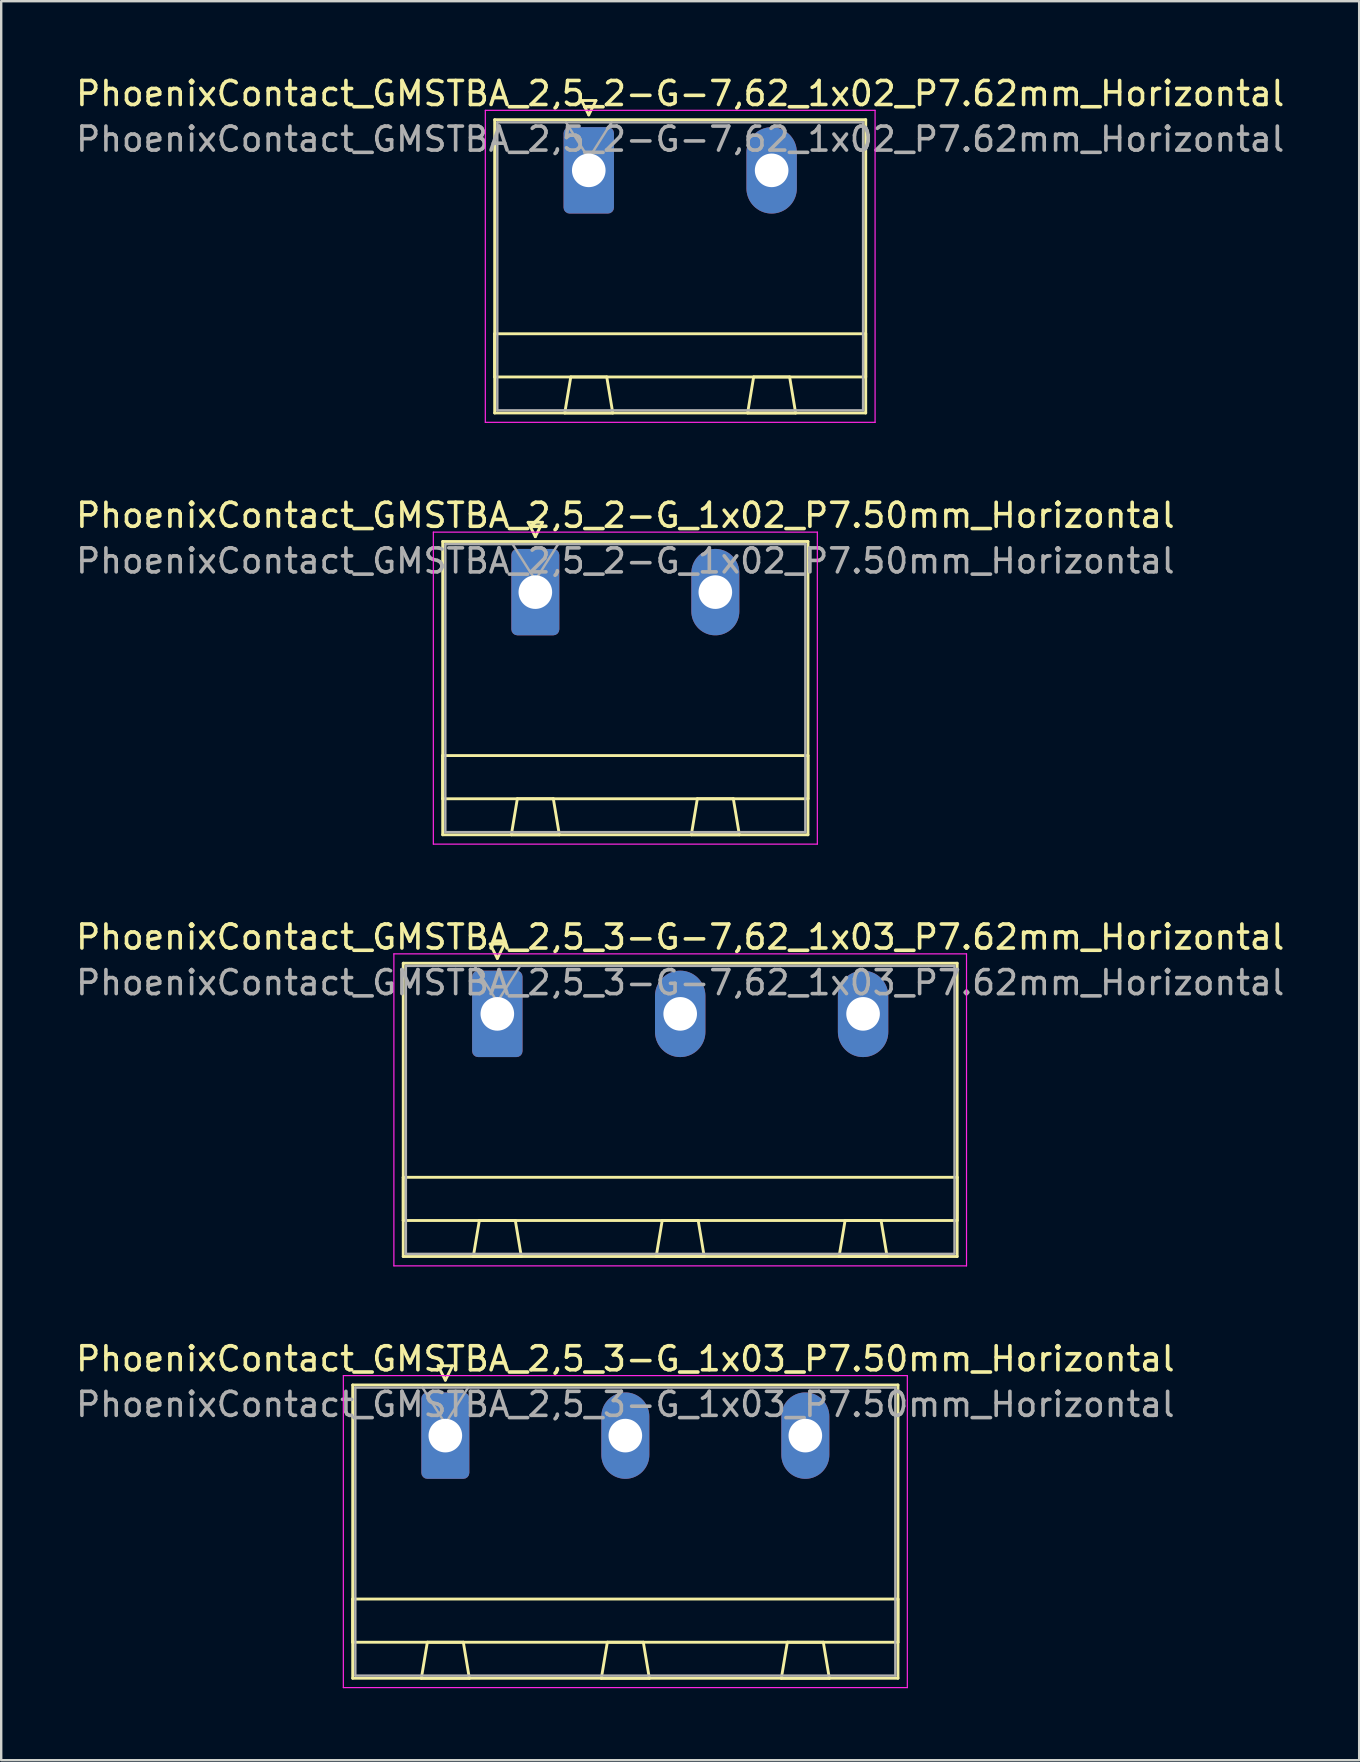
<source format=kicad_pcb>
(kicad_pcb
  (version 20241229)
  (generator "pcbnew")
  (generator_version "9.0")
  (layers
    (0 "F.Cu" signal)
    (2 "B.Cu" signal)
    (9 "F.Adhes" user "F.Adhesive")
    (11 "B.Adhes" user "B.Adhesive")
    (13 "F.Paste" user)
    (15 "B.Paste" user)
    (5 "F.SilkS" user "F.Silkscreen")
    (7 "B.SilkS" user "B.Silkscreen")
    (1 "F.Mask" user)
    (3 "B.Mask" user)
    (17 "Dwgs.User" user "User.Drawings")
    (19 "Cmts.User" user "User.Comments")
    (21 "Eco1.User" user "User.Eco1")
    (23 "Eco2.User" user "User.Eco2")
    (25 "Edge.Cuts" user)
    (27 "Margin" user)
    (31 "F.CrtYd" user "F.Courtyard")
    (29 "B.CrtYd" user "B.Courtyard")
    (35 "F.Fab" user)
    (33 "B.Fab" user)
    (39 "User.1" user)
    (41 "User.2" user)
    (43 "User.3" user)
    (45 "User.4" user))
  (footprint "PhoenixContact_GMSTBA_2,5_3-G_1x03_P7.50mm_Horizontal"
    (layer "F.Cu")
    (at 15.506 56.768)
    (property "Reference" "PhoenixContact_GMSTBA_2,5_3-G_1x03_P7.50mm_Horizontal" (at 7.5 -3.2 0) (layer "F.SilkS") (effects (font (size 1 1) (thickness 0.15))))
    (attr through_hole)
    (fp_line (start -3.86 -2.11) (end -3.86 10.11) (stroke (width 0.12) (type solid)) (layer "F.SilkS"))
    (fp_line (start -3.86 6.81) (end 18.86 6.81) (stroke (width 0.12) (type solid)) (layer "F.SilkS"))
    (fp_line (start -3.86 8.61) (end -3.86 6.81) (stroke (width 0.12) (type solid)) (layer "F.SilkS"))
    (fp_line (start -3.86 10.11) (end 18.86 10.11) (stroke (width 0.12) (type solid)) (layer "F.SilkS"))
    (fp_line (start -1 10.11) (end 1 10.11) (stroke (width 0.12) (type solid)) (layer "F.SilkS"))
    (fp_line (start -0.75 8.61) (end -1 10.11) (stroke (width 0.12) (type solid)) (layer "F.SilkS"))
    (fp_line (start -0.3 -2.91) (end 0.3 -2.91) (stroke (width 0.12) (type solid)) (layer "F.SilkS"))
    (fp_line (start 0 -2.31) (end -0.3 -2.91) (stroke (width 0.12) (type solid)) (layer "F.SilkS"))
    (fp_line (start 0.3 -2.91) (end 0 -2.31) (stroke (width 0.12) (type solid)) (layer "F.SilkS"))
    (fp_line (start 0.75 8.61) (end -0.75 8.61) (stroke (width 0.12) (type solid)) (layer "F.SilkS"))
    (fp_line (start 1 10.11) (end 0.75 8.61) (stroke (width 0.12) (type solid)) (layer "F.SilkS"))
    (fp_line (start 6.5 10.11) (end 8.5 10.11) (stroke (width 0.12) (type solid)) (layer "F.SilkS"))
    (fp_line (start 6.75 8.61) (end 6.5 10.11) (stroke (width 0.12) (type solid)) (layer "F.SilkS"))
    (fp_line (start 8.25 8.61) (end 6.75 8.61) (stroke (width 0.12) (type solid)) (layer "F.SilkS"))
    (fp_line (start 8.5 10.11) (end 8.25 8.61) (stroke (width 0.12) (type solid)) (layer "F.SilkS"))
    (fp_line (start 14 10.11) (end 16 10.11) (stroke (width 0.12) (type solid)) (layer "F.SilkS"))
    (fp_line (start 14.25 8.61) (end 14 10.11) (stroke (width 0.12) (type solid)) (layer "F.SilkS"))
    (fp_line (start 15.75 8.61) (end 14.25 8.61) (stroke (width 0.12) (type solid)) (layer "F.SilkS"))
    (fp_line (start 16 10.11) (end 15.75 8.61) (stroke (width 0.12) (type solid)) (layer "F.SilkS"))
    (fp_line (start 18.86 -2.11) (end -3.86 -2.11) (stroke (width 0.12) (type solid)) (layer "F.SilkS"))
    (fp_line (start 18.86 6.81) (end 18.86 8.61) (stroke (width 0.12) (type solid)) (layer "F.SilkS"))
    (fp_line (start 18.86 8.61) (end -3.86 8.61) (stroke (width 0.12) (type solid)) (layer "F.SilkS"))
    (fp_line (start 18.86 10.11) (end 18.86 -2.11) (stroke (width 0.12) (type solid)) (layer "F.SilkS"))
    (fp_line (start -4.25 -2.5) (end -4.25 10.5) (stroke (width 0.05) (type solid)) (layer "F.CrtYd"))
    (fp_line (start -4.25 10.5) (end 19.25 10.5) (stroke (width 0.05) (type solid)) (layer "F.CrtYd"))
    (fp_line (start 19.25 -2.5) (end -4.25 -2.5) (stroke (width 0.05) (type solid)) (layer "F.CrtYd"))
    (fp_line (start 19.25 10.5) (end 19.25 -2.5) (stroke (width 0.05) (type solid)) (layer "F.CrtYd"))
    (fp_line (start -3.75 -2) (end -3.75 10) (stroke (width 0.1) (type solid)) (layer "F.Fab"))
    (fp_line (start -3.75 10) (end 18.75 10) (stroke (width 0.1) (type solid)) (layer "F.Fab"))
    (fp_line (start 0 -0.5) (end -0.95 -2) (stroke (width 0.1) (type solid)) (layer "F.Fab"))
    (fp_line (start 0.95 -2) (end 0 -0.5) (stroke (width 0.1) (type solid)) (layer "F.Fab"))
    (fp_line (start 18.75 -2) (end -3.75 -2) (stroke (width 0.1) (type solid)) (layer "F.Fab"))
    (fp_line (start 18.75 10) (end 18.75 -2) (stroke (width 0.1) (type solid)) (layer "F.Fab"))
    (fp_text user "${REFERENCE}" (at 7.5 -1.3 0) (layer "F.Fab") (effects (font (size 1 1) (thickness 0.15))))
    (pad "1" thru_hole roundrect (at 0 0) (size 2 3.6) (drill 1.4) (layers "*.Cu" "*.Mask") (roundrect_rratio 0.125))
    (pad "2" thru_hole oval (at 7.5 0) (size 2 3.6) (drill 1.4) (layers "*.Cu" "*.Mask"))
    (pad "3" thru_hole oval (at 15 0) (size 2 3.6) (drill 1.4) (layers "*.Cu" "*.Mask")))
  (footprint "PhoenixContact_GMSTBA_2,5_2-G-7,62_1x02_P7.62mm_Horizontal"
    (layer "F.Cu")
    (at 21.482 4.048)
    (property "Reference" "PhoenixContact_GMSTBA_2,5_2-G-7,62_1x02_P7.62mm_Horizontal" (at 3.81 -3.2 0) (layer "F.SilkS") (effects (font (size 1 1) (thickness 0.15))))
    (attr through_hole)
    (fp_line (start -3.92 -2.11) (end -3.92 10.11) (stroke (width 0.12) (type solid)) (layer "F.SilkS"))
    (fp_line (start -3.92 6.81) (end 11.54 6.81) (stroke (width 0.12) (type solid)) (layer "F.SilkS"))
    (fp_line (start -3.92 8.61) (end -3.92 6.81) (stroke (width 0.12) (type solid)) (layer "F.SilkS"))
    (fp_line (start -3.92 10.11) (end 11.54 10.11) (stroke (width 0.12) (type solid)) (layer "F.SilkS"))
    (fp_line (start -1 10.11) (end 1 10.11) (stroke (width 0.12) (type solid)) (layer "F.SilkS"))
    (fp_line (start -0.75 8.61) (end -1 10.11) (stroke (width 0.12) (type solid)) (layer "F.SilkS"))
    (fp_line (start -0.3 -2.91) (end 0.3 -2.91) (stroke (width 0.12) (type solid)) (layer "F.SilkS"))
    (fp_line (start 0 -2.31) (end -0.3 -2.91) (stroke (width 0.12) (type solid)) (layer "F.SilkS"))
    (fp_line (start 0.3 -2.91) (end 0 -2.31) (stroke (width 0.12) (type solid)) (layer "F.SilkS"))
    (fp_line (start 0.75 8.61) (end -0.75 8.61) (stroke (width 0.12) (type solid)) (layer "F.SilkS"))
    (fp_line (start 1 10.11) (end 0.75 8.61) (stroke (width 0.12) (type solid)) (layer "F.SilkS"))
    (fp_line (start 6.62 10.11) (end 8.62 10.11) (stroke (width 0.12) (type solid)) (layer "F.SilkS"))
    (fp_line (start 6.87 8.61) (end 6.62 10.11) (stroke (width 0.12) (type solid)) (layer "F.SilkS"))
    (fp_line (start 8.37 8.61) (end 6.87 8.61) (stroke (width 0.12) (type solid)) (layer "F.SilkS"))
    (fp_line (start 8.62 10.11) (end 8.37 8.61) (stroke (width 0.12) (type solid)) (layer "F.SilkS"))
    (fp_line (start 11.54 -2.11) (end -3.92 -2.11) (stroke (width 0.12) (type solid)) (layer "F.SilkS"))
    (fp_line (start 11.54 6.81) (end 11.54 8.61) (stroke (width 0.12) (type solid)) (layer "F.SilkS"))
    (fp_line (start 11.54 8.61) (end -3.92 8.61) (stroke (width 0.12) (type solid)) (layer "F.SilkS"))
    (fp_line (start 11.54 10.11) (end 11.54 -2.11) (stroke (width 0.12) (type solid)) (layer "F.SilkS"))
    (fp_line (start -4.31 -2.5) (end -4.31 10.5) (stroke (width 0.05) (type solid)) (layer "F.CrtYd"))
    (fp_line (start -4.31 10.5) (end 11.93 10.5) (stroke (width 0.05) (type solid)) (layer "F.CrtYd"))
    (fp_line (start 11.93 -2.5) (end -4.31 -2.5) (stroke (width 0.05) (type solid)) (layer "F.CrtYd"))
    (fp_line (start 11.93 10.5) (end 11.93 -2.5) (stroke (width 0.05) (type solid)) (layer "F.CrtYd"))
    (fp_line (start -3.81 -2) (end -3.81 10) (stroke (width 0.1) (type solid)) (layer "F.Fab"))
    (fp_line (start -3.81 10) (end 11.43 10) (stroke (width 0.1) (type solid)) (layer "F.Fab"))
    (fp_line (start 0 -0.5) (end -0.95 -2) (stroke (width 0.1) (type solid)) (layer "F.Fab"))
    (fp_line (start 0.95 -2) (end 0 -0.5) (stroke (width 0.1) (type solid)) (layer "F.Fab"))
    (fp_line (start 11.43 -2) (end -3.81 -2) (stroke (width 0.1) (type solid)) (layer "F.Fab"))
    (fp_line (start 11.43 10) (end 11.43 -2) (stroke (width 0.1) (type solid)) (layer "F.Fab"))
    (fp_text user "${REFERENCE}" (at 3.81 -1.3 0) (layer "F.Fab") (effects (font (size 1 1) (thickness 0.15))))
    (pad "1" thru_hole roundrect (at 0 0) (size 2.1 3.6) (drill 1.4) (layers "*.Cu" "*.Mask") (roundrect_rratio 0.119))
    (pad "2" thru_hole oval (at 7.62 0) (size 2.1 3.6) (drill 1.4) (layers "*.Cu" "*.Mask")))
  (footprint "PhoenixContact_GMSTBA_2,5_2-G_1x02_P7.50mm_Horizontal"
    (layer "F.Cu")
    (at 19.256 21.622)
    (property "Reference" "PhoenixContact_GMSTBA_2,5_2-G_1x02_P7.50mm_Horizontal" (at 3.75 -3.2 0) (layer "F.SilkS") (effects (font (size 1 1) (thickness 0.15))))
    (attr through_hole)
    (fp_line (start -3.86 -2.11) (end -3.86 10.11) (stroke (width 0.12) (type solid)) (layer "F.SilkS"))
    (fp_line (start -3.86 6.81) (end 11.36 6.81) (stroke (width 0.12) (type solid)) (layer "F.SilkS"))
    (fp_line (start -3.86 8.61) (end -3.86 6.81) (stroke (width 0.12) (type solid)) (layer "F.SilkS"))
    (fp_line (start -3.86 10.11) (end 11.36 10.11) (stroke (width 0.12) (type solid)) (layer "F.SilkS"))
    (fp_line (start -1 10.11) (end 1 10.11) (stroke (width 0.12) (type solid)) (layer "F.SilkS"))
    (fp_line (start -0.75 8.61) (end -1 10.11) (stroke (width 0.12) (type solid)) (layer "F.SilkS"))
    (fp_line (start -0.3 -2.91) (end 0.3 -2.91) (stroke (width 0.12) (type solid)) (layer "F.SilkS"))
    (fp_line (start 0 -2.31) (end -0.3 -2.91) (stroke (width 0.12) (type solid)) (layer "F.SilkS"))
    (fp_line (start 0.3 -2.91) (end 0 -2.31) (stroke (width 0.12) (type solid)) (layer "F.SilkS"))
    (fp_line (start 0.75 8.61) (end -0.75 8.61) (stroke (width 0.12) (type solid)) (layer "F.SilkS"))
    (fp_line (start 1 10.11) (end 0.75 8.61) (stroke (width 0.12) (type solid)) (layer "F.SilkS"))
    (fp_line (start 6.5 10.11) (end 8.5 10.11) (stroke (width 0.12) (type solid)) (layer "F.SilkS"))
    (fp_line (start 6.75 8.61) (end 6.5 10.11) (stroke (width 0.12) (type solid)) (layer "F.SilkS"))
    (fp_line (start 8.25 8.61) (end 6.75 8.61) (stroke (width 0.12) (type solid)) (layer "F.SilkS"))
    (fp_line (start 8.5 10.11) (end 8.25 8.61) (stroke (width 0.12) (type solid)) (layer "F.SilkS"))
    (fp_line (start 11.36 -2.11) (end -3.86 -2.11) (stroke (width 0.12) (type solid)) (layer "F.SilkS"))
    (fp_line (start 11.36 6.81) (end 11.36 8.61) (stroke (width 0.12) (type solid)) (layer "F.SilkS"))
    (fp_line (start 11.36 8.61) (end -3.86 8.61) (stroke (width 0.12) (type solid)) (layer "F.SilkS"))
    (fp_line (start 11.36 10.11) (end 11.36 -2.11) (stroke (width 0.12) (type solid)) (layer "F.SilkS"))
    (fp_line (start -4.25 -2.5) (end -4.25 10.5) (stroke (width 0.05) (type solid)) (layer "F.CrtYd"))
    (fp_line (start -4.25 10.5) (end 11.75 10.5) (stroke (width 0.05) (type solid)) (layer "F.CrtYd"))
    (fp_line (start 11.75 -2.5) (end -4.25 -2.5) (stroke (width 0.05) (type solid)) (layer "F.CrtYd"))
    (fp_line (start 11.75 10.5) (end 11.75 -2.5) (stroke (width 0.05) (type solid)) (layer "F.CrtYd"))
    (fp_line (start -3.75 -2) (end -3.75 10) (stroke (width 0.1) (type solid)) (layer "F.Fab"))
    (fp_line (start -3.75 10) (end 11.25 10) (stroke (width 0.1) (type solid)) (layer "F.Fab"))
    (fp_line (start 0 -0.5) (end -0.95 -2) (stroke (width 0.1) (type solid)) (layer "F.Fab"))
    (fp_line (start 0.95 -2) (end 0 -0.5) (stroke (width 0.1) (type solid)) (layer "F.Fab"))
    (fp_line (start 11.25 -2) (end -3.75 -2) (stroke (width 0.1) (type solid)) (layer "F.Fab"))
    (fp_line (start 11.25 10) (end 11.25 -2) (stroke (width 0.1) (type solid)) (layer "F.Fab"))
    (fp_text user "${REFERENCE}" (at 3.75 -1.3 0) (layer "F.Fab") (effects (font (size 1 1) (thickness 0.15))))
    (pad "1" thru_hole roundrect (at 0 0) (size 2 3.6) (drill 1.4) (layers "*.Cu" "*.Mask") (roundrect_rratio 0.125))
    (pad "2" thru_hole oval (at 7.5 0) (size 2 3.6) (drill 1.4) (layers "*.Cu" "*.Mask")))
  (footprint "PhoenixContact_GMSTBA_2,5_3-G-7,62_1x03_P7.62mm_Horizontal"
    (layer "F.Cu")
    (at 17.672 39.195)
    (property "Reference" "PhoenixContact_GMSTBA_2,5_3-G-7,62_1x03_P7.62mm_Horizontal" (at 7.62 -3.2 0) (layer "F.SilkS") (effects (font (size 1 1) (thickness 0.15))))
    (attr through_hole)
    (fp_line (start -3.92 -2.11) (end -3.92 10.11) (stroke (width 0.12) (type solid)) (layer "F.SilkS"))
    (fp_line (start -3.92 6.81) (end 19.16 6.81) (stroke (width 0.12) (type solid)) (layer "F.SilkS"))
    (fp_line (start -3.92 8.61) (end -3.92 6.81) (stroke (width 0.12) (type solid)) (layer "F.SilkS"))
    (fp_line (start -3.92 10.11) (end 19.16 10.11) (stroke (width 0.12) (type solid)) (layer "F.SilkS"))
    (fp_line (start -1 10.11) (end 1 10.11) (stroke (width 0.12) (type solid)) (layer "F.SilkS"))
    (fp_line (start -0.75 8.61) (end -1 10.11) (stroke (width 0.12) (type solid)) (layer "F.SilkS"))
    (fp_line (start -0.3 -2.91) (end 0.3 -2.91) (stroke (width 0.12) (type solid)) (layer "F.SilkS"))
    (fp_line (start 0 -2.31) (end -0.3 -2.91) (stroke (width 0.12) (type solid)) (layer "F.SilkS"))
    (fp_line (start 0.3 -2.91) (end 0 -2.31) (stroke (width 0.12) (type solid)) (layer "F.SilkS"))
    (fp_line (start 0.75 8.61) (end -0.75 8.61) (stroke (width 0.12) (type solid)) (layer "F.SilkS"))
    (fp_line (start 1 10.11) (end 0.75 8.61) (stroke (width 0.12) (type solid)) (layer "F.SilkS"))
    (fp_line (start 6.62 10.11) (end 8.62 10.11) (stroke (width 0.12) (type solid)) (layer "F.SilkS"))
    (fp_line (start 6.87 8.61) (end 6.62 10.11) (stroke (width 0.12) (type solid)) (layer "F.SilkS"))
    (fp_line (start 8.37 8.61) (end 6.87 8.61) (stroke (width 0.12) (type solid)) (layer "F.SilkS"))
    (fp_line (start 8.62 10.11) (end 8.37 8.61) (stroke (width 0.12) (type solid)) (layer "F.SilkS"))
    (fp_line (start 14.24 10.11) (end 16.24 10.11) (stroke (width 0.12) (type solid)) (layer "F.SilkS"))
    (fp_line (start 14.49 8.61) (end 14.24 10.11) (stroke (width 0.12) (type solid)) (layer "F.SilkS"))
    (fp_line (start 15.99 8.61) (end 14.49 8.61) (stroke (width 0.12) (type solid)) (layer "F.SilkS"))
    (fp_line (start 16.24 10.11) (end 15.99 8.61) (stroke (width 0.12) (type solid)) (layer "F.SilkS"))
    (fp_line (start 19.16 -2.11) (end -3.92 -2.11) (stroke (width 0.12) (type solid)) (layer "F.SilkS"))
    (fp_line (start 19.16 6.81) (end 19.16 8.61) (stroke (width 0.12) (type solid)) (layer "F.SilkS"))
    (fp_line (start 19.16 8.61) (end -3.92 8.61) (stroke (width 0.12) (type solid)) (layer "F.SilkS"))
    (fp_line (start 19.16 10.11) (end 19.16 -2.11) (stroke (width 0.12) (type solid)) (layer "F.SilkS"))
    (fp_line (start -4.31 -2.5) (end -4.31 10.5) (stroke (width 0.05) (type solid)) (layer "F.CrtYd"))
    (fp_line (start -4.31 10.5) (end 19.55 10.5) (stroke (width 0.05) (type solid)) (layer "F.CrtYd"))
    (fp_line (start 19.55 -2.5) (end -4.31 -2.5) (stroke (width 0.05) (type solid)) (layer "F.CrtYd"))
    (fp_line (start 19.55 10.5) (end 19.55 -2.5) (stroke (width 0.05) (type solid)) (layer "F.CrtYd"))
    (fp_line (start -3.81 -2) (end -3.81 10) (stroke (width 0.1) (type solid)) (layer "F.Fab"))
    (fp_line (start -3.81 10) (end 19.05 10) (stroke (width 0.1) (type solid)) (layer "F.Fab"))
    (fp_line (start 0 -0.5) (end -0.95 -2) (stroke (width 0.1) (type solid)) (layer "F.Fab"))
    (fp_line (start 0.95 -2) (end 0 -0.5) (stroke (width 0.1) (type solid)) (layer "F.Fab"))
    (fp_line (start 19.05 -2) (end -3.81 -2) (stroke (width 0.1) (type solid)) (layer "F.Fab"))
    (fp_line (start 19.05 10) (end 19.05 -2) (stroke (width 0.1) (type solid)) (layer "F.Fab"))
    (fp_text user "${REFERENCE}" (at 7.62 -1.3 0) (layer "F.Fab") (effects (font (size 1 1) (thickness 0.15))))
    (pad "1" thru_hole roundrect (at 0 0) (size 2.1 3.6) (drill 1.4) (layers "*.Cu" "*.Mask") (roundrect_rratio 0.119))
    (pad "2" thru_hole oval (at 7.62 0) (size 2.1 3.6) (drill 1.4) (layers "*.Cu" "*.Mask"))
    (pad "3" thru_hole oval (at 15.24 0) (size 2.1 3.6) (drill 1.4) (layers "*.Cu" "*.Mask")))
  (gr_rect
    (start -3 -3)
    (end 53.583 70.293)
    (stroke (width 0.1) (type default))
    (fill no)
    (layer "Edge.Cuts")))
</source>
